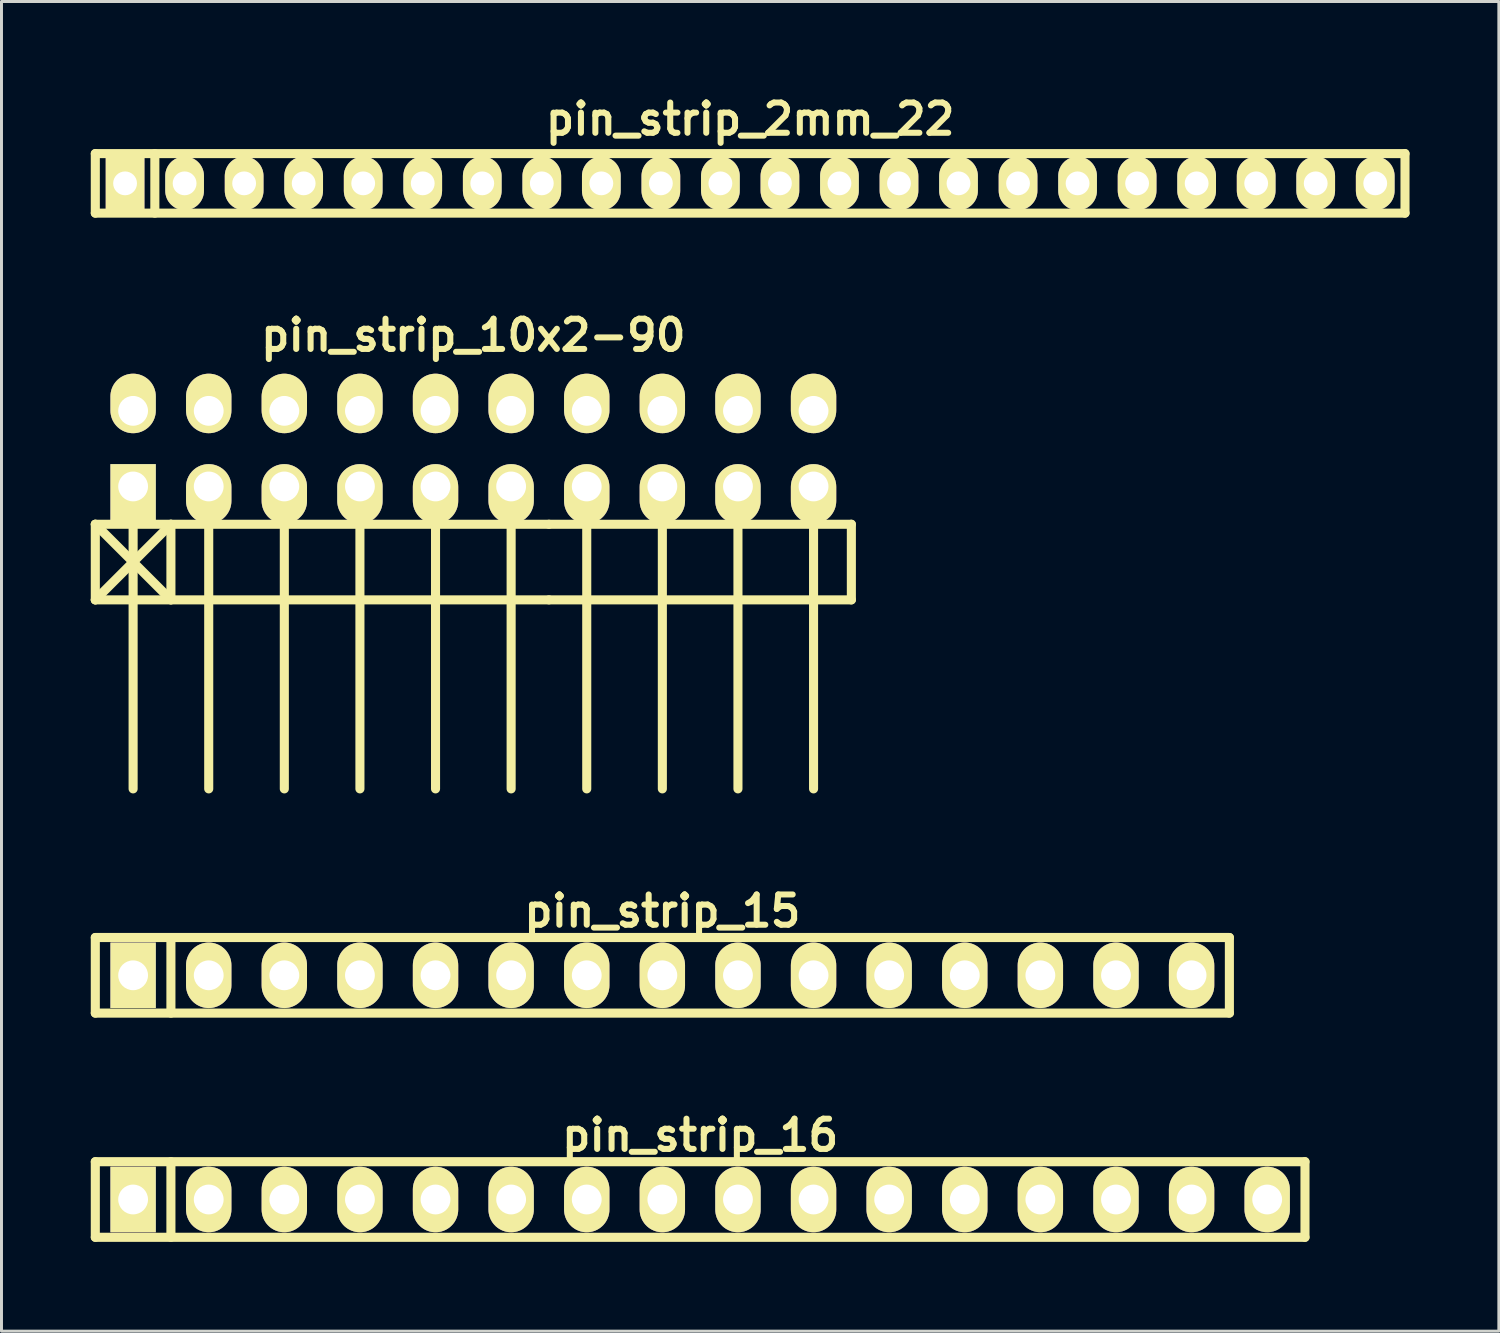
<source format=kicad_pcb>
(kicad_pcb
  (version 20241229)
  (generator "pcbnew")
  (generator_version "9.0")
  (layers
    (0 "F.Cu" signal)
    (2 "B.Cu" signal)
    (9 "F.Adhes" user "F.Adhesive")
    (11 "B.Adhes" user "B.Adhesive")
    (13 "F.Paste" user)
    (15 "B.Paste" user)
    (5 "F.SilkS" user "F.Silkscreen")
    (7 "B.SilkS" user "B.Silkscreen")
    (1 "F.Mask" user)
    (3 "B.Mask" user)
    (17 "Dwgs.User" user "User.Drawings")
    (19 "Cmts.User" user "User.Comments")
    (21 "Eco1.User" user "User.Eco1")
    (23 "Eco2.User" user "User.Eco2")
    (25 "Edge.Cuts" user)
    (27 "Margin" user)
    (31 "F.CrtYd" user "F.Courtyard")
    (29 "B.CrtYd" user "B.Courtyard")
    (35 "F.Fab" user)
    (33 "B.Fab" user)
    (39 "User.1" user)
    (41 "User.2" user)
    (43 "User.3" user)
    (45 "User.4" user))
  (footprint "pin_strip_10x2-90"
    (layer "F.Cu")
    (at 12.852 12.023)
    (property "Reference" "pin_strip_10x2-90" (at 0 -3.81 0) (layer "F.SilkS") (effects (font (size 1.016 1.016) (thickness 0.203))))
    (attr through_hole)
    (fp_line (start -12.7 2.54) (end -10.16 5.08) (stroke (width 0.305) (type solid)) (layer "F.SilkS"))
    (fp_line (start -12.7 2.54) (end 2.54 2.54) (stroke (width 0.305) (type solid)) (layer "F.SilkS"))
    (fp_line (start -12.7 5.08) (end -12.7 2.54) (stroke (width 0.305) (type solid)) (layer "F.SilkS"))
    (fp_line (start -11.43 1.27) (end -11.43 11.43) (stroke (width 0.305) (type solid)) (layer "F.SilkS"))
    (fp_line (start -10.16 2.54) (end -12.7 5.08) (stroke (width 0.305) (type solid)) (layer "F.SilkS"))
    (fp_line (start -10.16 5.08) (end -10.16 2.54) (stroke (width 0.305) (type solid)) (layer "F.SilkS"))
    (fp_line (start -8.89 1.27) (end -8.89 11.43) (stroke (width 0.305) (type solid)) (layer "F.SilkS"))
    (fp_line (start -6.35 11.43) (end -6.35 1.27) (stroke (width 0.305) (type solid)) (layer "F.SilkS"))
    (fp_line (start -3.81 1.27) (end -3.81 11.43) (stroke (width 0.305) (type solid)) (layer "F.SilkS"))
    (fp_line (start -1.27 1.27) (end -1.27 11.43) (stroke (width 0.305) (type solid)) (layer "F.SilkS"))
    (fp_line (start 1.27 1.27) (end 1.27 11.43) (stroke (width 0.305) (type solid)) (layer "F.SilkS"))
    (fp_line (start 2.54 2.54) (end 12.7 2.54) (stroke (width 0.305) (type solid)) (layer "F.SilkS"))
    (fp_line (start 2.54 5.08) (end -12.7 5.08) (stroke (width 0.305) (type solid)) (layer "F.SilkS"))
    (fp_line (start 3.81 1.27) (end 3.81 11.43) (stroke (width 0.305) (type solid)) (layer "F.SilkS"))
    (fp_line (start 6.35 1.27) (end 6.35 11.43) (stroke (width 0.305) (type solid)) (layer "F.SilkS"))
    (fp_line (start 8.89 1.27) (end 8.89 11.43) (stroke (width 0.305) (type solid)) (layer "F.SilkS"))
    (fp_line (start 11.43 1.27) (end 11.43 11.43) (stroke (width 0.305) (type solid)) (layer "F.SilkS"))
    (fp_line (start 12.7 2.54) (end 12.7 5.08) (stroke (width 0.305) (type solid)) (layer "F.SilkS"))
    (fp_line (start 12.7 5.08) (end 2.54 5.08) (stroke (width 0.305) (type solid)) (layer "F.SilkS"))
    (pad "1" thru_hole rect (at -11.43 1.27) (size 1.524 1.999) (drill 1.001 (offset 0 0.249)) (layers "*.Cu" "*.Mask" "F.SilkS"))
    (pad "2" thru_hole oval (at -11.43 -1.27) (size 1.524 1.999) (drill 1.001 (offset 0 -0.249)) (layers "*.Cu" "*.Mask" "F.SilkS"))
    (pad "3" thru_hole oval (at -8.89 1.27) (size 1.524 1.999) (drill 1.001 (offset 0 0.249)) (layers "*.Cu" "*.Mask" "F.SilkS"))
    (pad "4" thru_hole oval (at -8.89 -1.27) (size 1.524 1.999) (drill 1.001 (offset 0 -0.249)) (layers "*.Cu" "*.Mask" "F.SilkS"))
    (pad "5" thru_hole oval (at -6.35 1.27) (size 1.524 1.999) (drill 1.001 (offset 0 0.249)) (layers "*.Cu" "*.Mask" "F.SilkS"))
    (pad "6" thru_hole oval (at -6.35 -1.27) (size 1.524 1.999) (drill 1.001 (offset 0 -0.249)) (layers "*.Cu" "*.Mask" "F.SilkS"))
    (pad "7" thru_hole oval (at -3.81 1.27) (size 1.524 1.999) (drill 1.001 (offset 0 0.249)) (layers "*.Cu" "*.Mask" "F.SilkS"))
    (pad "8" thru_hole oval (at -3.81 -1.27) (size 1.524 1.999) (drill 1.001 (offset 0 -0.249)) (layers "*.Cu" "*.Mask" "F.SilkS"))
    (pad "9" thru_hole oval (at -1.27 1.27) (size 1.524 1.999) (drill 1.001 (offset 0 0.249)) (layers "*.Cu" "*.Mask" "F.SilkS"))
    (pad "10" thru_hole oval (at -1.27 -1.27) (size 1.524 1.999) (drill 1.001 (offset 0 -0.249)) (layers "*.Cu" "*.Mask" "F.SilkS"))
    (pad "11" thru_hole oval (at 1.27 1.27) (size 1.524 1.999) (drill 1.001 (offset 0 0.249)) (layers "*.Cu" "*.Mask" "F.SilkS"))
    (pad "12" thru_hole oval (at 1.27 -1.27) (size 1.524 1.999) (drill 1.001 (offset 0 -0.249)) (layers "*.Cu" "*.Mask" "F.SilkS"))
    (pad "13" thru_hole oval (at 3.81 1.27) (size 1.524 1.999) (drill 1.001 (offset 0 0.249)) (layers "*.Cu" "*.Mask" "F.SilkS"))
    (pad "14" thru_hole oval (at 3.81 -1.27) (size 1.524 1.999) (drill 1.001 (offset 0 -0.249)) (layers "*.Cu" "*.Mask" "F.SilkS"))
    (pad "15" thru_hole oval (at 6.35 1.27) (size 1.524 1.999) (drill 1.001 (offset 0 0.249)) (layers "*.Cu" "*.Mask" "F.SilkS"))
    (pad "16" thru_hole oval (at 6.35 -1.27) (size 1.524 1.999) (drill 1.001 (offset 0 -0.249)) (layers "*.Cu" "*.Mask" "F.SilkS"))
    (pad "17" thru_hole oval (at 8.89 1.27) (size 1.524 1.999) (drill 1.001 (offset 0 0.249)) (layers "*.Cu" "*.Mask" "F.SilkS"))
    (pad "18" thru_hole oval (at 8.89 -1.27) (size 1.524 1.999) (drill 1.001 (offset 0 -0.249)) (layers "*.Cu" "*.Mask" "F.SilkS"))
    (pad "19" thru_hole oval (at 11.43 1.27) (size 1.524 1.999) (drill 1.001 (offset 0 0.249)) (layers "*.Cu" "*.Mask" "F.SilkS"))
    (pad "20" thru_hole oval (at 11.43 -1.27) (size 1.524 1.999) (drill 1.001 (offset 0 -0.249)) (layers "*.Cu" "*.Mask" "F.SilkS")))
  (footprint "pin_strip_2mm_22"
    (layer "F.Cu")
    (at 22.152 3.11)
    (property "Reference" "pin_strip_2mm_22" (at 0 -2.159 0) (layer "F.SilkS") (effects (font (size 1.016 1.016) (thickness 0.203))))
    (attr through_hole)
    (fp_line (start -22 -1) (end 22 -1) (stroke (width 0.305) (type solid)) (layer "F.SilkS"))
    (fp_line (start -22 1) (end -22 -1) (stroke (width 0.305) (type solid)) (layer "F.SilkS"))
    (fp_line (start -20 -1) (end -20 1) (stroke (width 0.305) (type solid)) (layer "F.SilkS"))
    (fp_line (start 22 -1) (end 22 1) (stroke (width 0.305) (type solid)) (layer "F.SilkS"))
    (fp_line (start 22 1) (end -22 1) (stroke (width 0.305) (type solid)) (layer "F.SilkS"))
    (pad "1" thru_hole rect (at -21 0) (size 1.3 1.8) (drill 0.8) (layers "*.Cu" "*.Mask" "F.SilkS"))
    (pad "2" thru_hole oval (at -19 0) (size 1.3 1.8) (drill 0.8) (layers "*.Cu" "*.Mask" "F.SilkS"))
    (pad "3" thru_hole oval (at -17 0) (size 1.3 1.8) (drill 0.8) (layers "*.Cu" "*.Mask" "F.SilkS"))
    (pad "4" thru_hole oval (at -15 0) (size 1.3 1.8) (drill 0.8) (layers "*.Cu" "*.Mask" "F.SilkS"))
    (pad "5" thru_hole oval (at -13 0) (size 1.3 1.8) (drill 0.8) (layers "*.Cu" "*.Mask" "F.SilkS"))
    (pad "6" thru_hole oval (at -11 0) (size 1.3 1.8) (drill 0.8) (layers "*.Cu" "*.Mask" "F.SilkS"))
    (pad "7" thru_hole oval (at -9 0) (size 1.3 1.8) (drill 0.8) (layers "*.Cu" "*.Mask" "F.SilkS"))
    (pad "8" thru_hole oval (at -7 0) (size 1.3 1.8) (drill 0.8) (layers "*.Cu" "*.Mask" "F.SilkS"))
    (pad "9" thru_hole oval (at -5 0) (size 1.3 1.8) (drill 0.8) (layers "*.Cu" "*.Mask" "F.SilkS"))
    (pad "10" thru_hole oval (at -3 0) (size 1.3 1.8) (drill 0.8) (layers "*.Cu" "*.Mask" "F.SilkS"))
    (pad "11" thru_hole oval (at -1 0) (size 1.3 1.8) (drill 0.8) (layers "*.Cu" "*.Mask" "F.SilkS"))
    (pad "12" thru_hole oval (at 1 0) (size 1.3 1.8) (drill 0.8) (layers "*.Cu" "*.Mask" "F.SilkS"))
    (pad "13" thru_hole oval (at 3 0) (size 1.3 1.8) (drill 0.8) (layers "*.Cu" "*.Mask" "F.SilkS"))
    (pad "14" thru_hole oval (at 5 0) (size 1.3 1.8) (drill 0.8) (layers "*.Cu" "*.Mask" "F.SilkS"))
    (pad "15" thru_hole oval (at 7 0) (size 1.3 1.8) (drill 0.8) (layers "*.Cu" "*.Mask" "F.SilkS"))
    (pad "16" thru_hole oval (at 9 0) (size 1.3 1.8) (drill 0.8) (layers "*.Cu" "*.Mask" "F.SilkS"))
    (pad "17" thru_hole oval (at 11 0) (size 1.3 1.8) (drill 0.8) (layers "*.Cu" "*.Mask" "F.SilkS"))
    (pad "18" thru_hole oval (at 13 0) (size 1.3 1.8) (drill 0.8) (layers "*.Cu" "*.Mask" "F.SilkS"))
    (pad "19" thru_hole oval (at 15 0) (size 1.3 1.8) (drill 0.8) (layers "*.Cu" "*.Mask" "F.SilkS"))
    (pad "20" thru_hole oval (at 17 0) (size 1.3 1.8) (drill 0.8) (layers "*.Cu" "*.Mask" "F.SilkS"))
    (pad "21" thru_hole oval (at 19 0) (size 1.3 1.8) (drill 0.8) (layers "*.Cu" "*.Mask" "F.SilkS"))
    (pad "22" thru_hole oval (at 21 0) (size 1.3 1.8) (drill 0.8) (layers "*.Cu" "*.Mask" "F.SilkS")))
  (footprint "pin_strip_15"
    (layer "F.Cu")
    (at 19.202 29.716)
    (property "Reference" "pin_strip_15" (at 0 -2.159 0) (layer "F.SilkS") (effects (font (size 1.016 1.016) (thickness 0.203))))
    (attr through_hole)
    (fp_line (start -19.05 -1.27) (end 19.05 -1.27) (stroke (width 0.305) (type solid)) (layer "F.SilkS"))
    (fp_line (start -19.05 1.27) (end -19.05 -1.27) (stroke (width 0.305) (type solid)) (layer "F.SilkS"))
    (fp_line (start -16.51 -1.27) (end -16.51 1.27) (stroke (width 0.305) (type solid)) (layer "F.SilkS"))
    (fp_line (start 19.05 -1.27) (end 19.05 1.27) (stroke (width 0.305) (type solid)) (layer "F.SilkS"))
    (fp_line (start 19.05 1.27) (end -19.05 1.27) (stroke (width 0.305) (type solid)) (layer "F.SilkS"))
    (pad "1" thru_hole rect (at -17.78 0) (size 1.524 2.2) (drill 1.001) (layers "*.Cu" "*.Mask" "F.SilkS"))
    (pad "2" thru_hole oval (at -15.24 0) (size 1.524 2.2) (drill 1.001) (layers "*.Cu" "*.Mask" "F.SilkS"))
    (pad "3" thru_hole oval (at -12.7 0) (size 1.524 2.2) (drill 1.001) (layers "*.Cu" "*.Mask" "F.SilkS"))
    (pad "4" thru_hole oval (at -10.16 0) (size 1.524 2.2) (drill 1.001) (layers "*.Cu" "*.Mask" "F.SilkS"))
    (pad "5" thru_hole oval (at -7.62 0) (size 1.524 2.2) (drill 1.001) (layers "*.Cu" "*.Mask" "F.SilkS"))
    (pad "6" thru_hole oval (at -5.08 0) (size 1.524 2.2) (drill 1.001) (layers "*.Cu" "*.Mask" "F.SilkS"))
    (pad "7" thru_hole oval (at -2.54 0) (size 1.524 2.2) (drill 1.001) (layers "*.Cu" "*.Mask" "F.SilkS"))
    (pad "8" thru_hole oval (at 0 0) (size 1.524 2.2) (drill 1.001) (layers "*.Cu" "*.Mask" "F.SilkS"))
    (pad "9" thru_hole oval (at 2.54 0) (size 1.524 2.2) (drill 1.001) (layers "*.Cu" "*.Mask" "F.SilkS"))
    (pad "10" thru_hole oval (at 5.08 0) (size 1.524 2.2) (drill 1.001) (layers "*.Cu" "*.Mask" "F.SilkS"))
    (pad "11" thru_hole oval (at 7.62 0) (size 1.524 2.2) (drill 1.001) (layers "*.Cu" "*.Mask" "F.SilkS"))
    (pad "12" thru_hole oval (at 10.16 0) (size 1.524 2.2) (drill 1.001) (layers "*.Cu" "*.Mask" "F.SilkS"))
    (pad "13" thru_hole oval (at 12.7 0) (size 1.524 2.2) (drill 1.001) (layers "*.Cu" "*.Mask" "F.SilkS"))
    (pad "14" thru_hole oval (at 15.24 0) (size 1.524 2.2) (drill 1.001) (layers "*.Cu" "*.Mask" "F.SilkS"))
    (pad "15" thru_hole oval (at 17.78 0) (size 1.524 2.2) (drill 1.001) (layers "*.Cu" "*.Mask" "F.SilkS")))
  (footprint "pin_strip_16"
    (layer "F.Cu")
    (at 20.472 37.248)
    (property "Reference" "pin_strip_16" (at 0 -2.159 0) (layer "F.SilkS") (effects (font (size 1.016 1.016) (thickness 0.203))))
    (attr through_hole)
    (fp_line (start -20.32 -1.27) (end 20.32 -1.27) (stroke (width 0.305) (type solid)) (layer "F.SilkS"))
    (fp_line (start -20.32 1.27) (end -20.32 -1.27) (stroke (width 0.305) (type solid)) (layer "F.SilkS"))
    (fp_line (start -17.78 -1.27) (end -17.78 1.27) (stroke (width 0.305) (type solid)) (layer "F.SilkS"))
    (fp_line (start 20.32 -1.27) (end 20.32 1.27) (stroke (width 0.305) (type solid)) (layer "F.SilkS"))
    (fp_line (start 20.32 1.27) (end -20.32 1.27) (stroke (width 0.305) (type solid)) (layer "F.SilkS"))
    (pad "1" thru_hole rect (at -19.05 0) (size 1.524 2.2) (drill 1.001) (layers "*.Cu" "*.Mask" "F.SilkS"))
    (pad "2" thru_hole oval (at -16.51 0) (size 1.524 2.2) (drill 1.001) (layers "*.Cu" "*.Mask" "F.SilkS"))
    (pad "3" thru_hole oval (at -13.97 0) (size 1.524 2.2) (drill 1.001) (layers "*.Cu" "*.Mask" "F.SilkS"))
    (pad "4" thru_hole oval (at -11.43 0) (size 1.524 2.2) (drill 1.001) (layers "*.Cu" "*.Mask" "F.SilkS"))
    (pad "5" thru_hole oval (at -8.89 0) (size 1.524 2.2) (drill 1.001) (layers "*.Cu" "*.Mask" "F.SilkS"))
    (pad "6" thru_hole oval (at -6.35 0) (size 1.524 2.2) (drill 1.001) (layers "*.Cu" "*.Mask" "F.SilkS"))
    (pad "7" thru_hole oval (at -3.81 0) (size 1.524 2.2) (drill 1.001) (layers "*.Cu" "*.Mask" "F.SilkS"))
    (pad "8" thru_hole oval (at -1.27 0) (size 1.524 2.2) (drill 1.001) (layers "*.Cu" "*.Mask" "F.SilkS"))
    (pad "9" thru_hole oval (at 1.27 0) (size 1.524 2.2) (drill 1.001) (layers "*.Cu" "*.Mask" "F.SilkS"))
    (pad "10" thru_hole oval (at 3.81 0) (size 1.524 2.2) (drill 1.001) (layers "*.Cu" "*.Mask" "F.SilkS"))
    (pad "11" thru_hole oval (at 6.35 0) (size 1.524 2.2) (drill 1.001) (layers "*.Cu" "*.Mask" "F.SilkS"))
    (pad "12" thru_hole oval (at 8.89 0) (size 1.524 2.2) (drill 1.001) (layers "*.Cu" "*.Mask" "F.SilkS"))
    (pad "13" thru_hole oval (at 11.43 0) (size 1.524 2.2) (drill 1.001) (layers "*.Cu" "*.Mask" "F.SilkS"))
    (pad "14" thru_hole oval (at 13.97 0) (size 1.524 2.2) (drill 1.001) (layers "*.Cu" "*.Mask" "F.SilkS"))
    (pad "15" thru_hole oval (at 16.51 0) (size 1.524 2.2) (drill 1.001) (layers "*.Cu" "*.Mask" "F.SilkS"))
    (pad "16" thru_hole oval (at 19.05 0) (size 1.524 2.2) (drill 1.001) (layers "*.Cu" "*.Mask" "F.SilkS")))
  (gr_rect
    (start -3 -3)
    (end 47.305 41.671)
    (stroke (width 0.1) (type default))
    (fill no)
    (layer "Edge.Cuts")))
</source>
